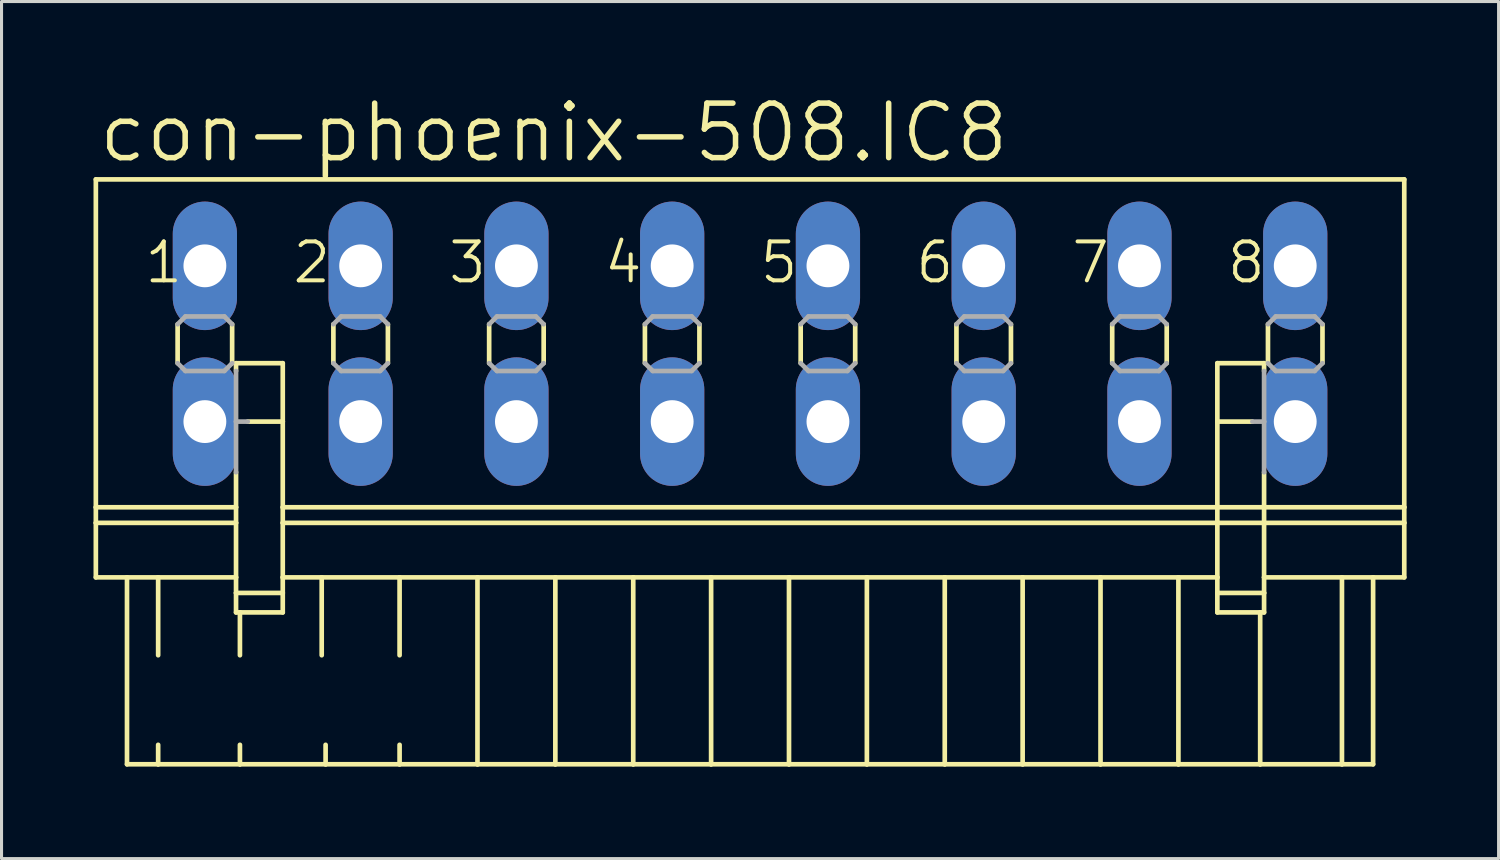
<source format=kicad_pcb>
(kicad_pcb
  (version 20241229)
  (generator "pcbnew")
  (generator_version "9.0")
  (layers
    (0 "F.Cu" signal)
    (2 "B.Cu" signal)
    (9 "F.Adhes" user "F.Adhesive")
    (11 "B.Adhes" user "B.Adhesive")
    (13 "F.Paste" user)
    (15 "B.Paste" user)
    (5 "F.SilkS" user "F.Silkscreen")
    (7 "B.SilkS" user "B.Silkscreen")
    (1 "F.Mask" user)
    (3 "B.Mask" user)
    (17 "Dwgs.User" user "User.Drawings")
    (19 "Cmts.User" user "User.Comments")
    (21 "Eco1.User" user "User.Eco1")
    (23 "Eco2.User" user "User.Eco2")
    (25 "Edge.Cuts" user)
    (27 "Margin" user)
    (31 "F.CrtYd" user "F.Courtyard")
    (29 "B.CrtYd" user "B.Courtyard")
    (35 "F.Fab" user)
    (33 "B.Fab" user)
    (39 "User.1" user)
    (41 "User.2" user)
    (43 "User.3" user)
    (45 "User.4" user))
  (footprint "con-phoenix-508.IC8"
    (layer "F.Cu")
    (at 21.412 8.16)
    (property "Reference" "con-phoenix-508.IC8" (at -21.336 -5.842 0) (layer "F.SilkS") (effects (font (size 1.778 1.778) (thickness 0.18)) (justify left bottom)))
    (attr through_hole)
    (fp_line (start -21.336 -5.359) (end -21.336 5.334) (stroke (width 0.152) (type default)) (layer "F.SilkS"))
    (fp_line (start -21.336 -5.359) (end 21.336 -5.359) (stroke (width 0.152) (type default)) (layer "F.SilkS"))
    (fp_line (start -21.336 5.334) (end -21.336 5.842) (stroke (width 0.152) (type default)) (layer "F.SilkS"))
    (fp_line (start -21.336 5.334) (end -16.764 5.334) (stroke (width 0.152) (type default)) (layer "F.SilkS"))
    (fp_line (start -21.336 5.842) (end -21.336 7.62) (stroke (width 0.152) (type default)) (layer "F.SilkS"))
    (fp_line (start -21.336 5.842) (end -16.764 5.842) (stroke (width 0.152) (type default)) (layer "F.SilkS"))
    (fp_line (start -21.336 7.62) (end -20.32 7.62) (stroke (width 0.152) (type default)) (layer "F.SilkS"))
    (fp_line (start -20.32 7.62) (end -20.32 13.716) (stroke (width 0.152) (type default)) (layer "F.SilkS"))
    (fp_line (start -20.32 7.62) (end -19.304 7.62) (stroke (width 0.152) (type default)) (layer "F.SilkS"))
    (fp_line (start -20.32 13.716) (end -19.304 13.716) (stroke (width 0.152) (type default)) (layer "F.SilkS"))
    (fp_line (start -19.304 7.62) (end -19.304 10.16) (stroke (width 0.152) (type default)) (layer "F.SilkS"))
    (fp_line (start -19.304 7.62) (end -16.764 7.62) (stroke (width 0.152) (type default)) (layer "F.SilkS"))
    (fp_line (start -19.304 13.081) (end -19.304 13.716) (stroke (width 0.152) (type default)) (layer "F.SilkS"))
    (fp_line (start -19.304 13.716) (end -16.637 13.716) (stroke (width 0.152) (type default)) (layer "F.SilkS"))
    (fp_line (start -18.669 -0.635) (end -18.669 0.635) (stroke (width 0.152) (type default)) (layer "F.SilkS"))
    (fp_line (start -16.891 -0.635) (end -16.891 0.635) (stroke (width 0.152) (type default)) (layer "F.SilkS"))
    (fp_line (start -16.764 0.635) (end -16.764 0.889) (stroke (width 0.152) (type default)) (layer "F.SilkS"))
    (fp_line (start -16.764 0.635) (end -15.24 0.635) (stroke (width 0.152) (type default)) (layer "F.SilkS"))
    (fp_line (start -16.764 4.191) (end -16.764 5.334) (stroke (width 0.152) (type default)) (layer "F.SilkS"))
    (fp_line (start -16.764 5.842) (end -16.764 5.334) (stroke (width 0.152) (type default)) (layer "F.SilkS"))
    (fp_line (start -16.764 7.62) (end -16.764 5.842) (stroke (width 0.152) (type default)) (layer "F.SilkS"))
    (fp_line (start -16.764 8.128) (end -16.764 7.62) (stroke (width 0.152) (type default)) (layer "F.SilkS"))
    (fp_line (start -16.764 8.128) (end -15.24 8.128) (stroke (width 0.152) (type default)) (layer "F.SilkS"))
    (fp_line (start -16.764 8.763) (end -16.764 8.128) (stroke (width 0.152) (type default)) (layer "F.SilkS"))
    (fp_line (start -16.637 8.763) (end -16.764 8.763) (stroke (width 0.152) (type default)) (layer "F.SilkS"))
    (fp_line (start -16.637 8.763) (end -16.637 10.16) (stroke (width 0.152) (type default)) (layer "F.SilkS"))
    (fp_line (start -16.637 13.081) (end -16.637 13.716) (stroke (width 0.152) (type default)) (layer "F.SilkS"))
    (fp_line (start -16.637 13.716) (end -13.843 13.716) (stroke (width 0.152) (type default)) (layer "F.SilkS"))
    (fp_line (start -15.24 0.635) (end -15.24 2.54) (stroke (width 0.152) (type default)) (layer "F.SilkS"))
    (fp_line (start -15.24 2.54) (end -16.383 2.54) (stroke (width 0.152) (type default)) (layer "F.SilkS"))
    (fp_line (start -15.24 2.54) (end -15.24 5.334) (stroke (width 0.152) (type default)) (layer "F.SilkS"))
    (fp_line (start -15.24 5.334) (end -15.24 5.842) (stroke (width 0.152) (type default)) (layer "F.SilkS"))
    (fp_line (start -15.24 5.334) (end 15.24 5.334) (stroke (width 0.152) (type default)) (layer "F.SilkS"))
    (fp_line (start -15.24 5.842) (end -15.24 7.62) (stroke (width 0.152) (type default)) (layer "F.SilkS"))
    (fp_line (start -15.24 5.842) (end 15.24 5.842) (stroke (width 0.152) (type default)) (layer "F.SilkS"))
    (fp_line (start -15.24 7.62) (end -15.24 8.128) (stroke (width 0.152) (type default)) (layer "F.SilkS"))
    (fp_line (start -15.24 7.62) (end -13.97 7.62) (stroke (width 0.152) (type default)) (layer "F.SilkS"))
    (fp_line (start -15.24 8.128) (end -15.24 8.763) (stroke (width 0.152) (type default)) (layer "F.SilkS"))
    (fp_line (start -15.24 8.763) (end -16.637 8.763) (stroke (width 0.152) (type default)) (layer "F.SilkS"))
    (fp_line (start -13.97 7.62) (end -13.97 10.16) (stroke (width 0.152) (type default)) (layer "F.SilkS"))
    (fp_line (start -13.97 7.62) (end -11.43 7.62) (stroke (width 0.152) (type default)) (layer "F.SilkS"))
    (fp_line (start -13.843 13.081) (end -13.843 13.716) (stroke (width 0.152) (type default)) (layer "F.SilkS"))
    (fp_line (start -13.843 13.716) (end -11.43 13.716) (stroke (width 0.152) (type default)) (layer "F.SilkS"))
    (fp_line (start -13.589 -0.635) (end -13.589 0.635) (stroke (width 0.152) (type default)) (layer "F.SilkS"))
    (fp_line (start -11.811 -0.635) (end -11.811 0.635) (stroke (width 0.152) (type default)) (layer "F.SilkS"))
    (fp_line (start -11.43 7.62) (end -11.43 10.16) (stroke (width 0.152) (type default)) (layer "F.SilkS"))
    (fp_line (start -11.43 7.62) (end -8.89 7.62) (stroke (width 0.152) (type default)) (layer "F.SilkS"))
    (fp_line (start -11.43 13.081) (end -11.43 13.716) (stroke (width 0.152) (type default)) (layer "F.SilkS"))
    (fp_line (start -11.43 13.716) (end -8.89 13.716) (stroke (width 0.152) (type default)) (layer "F.SilkS"))
    (fp_line (start -8.89 7.62) (end -8.89 13.716) (stroke (width 0.152) (type default)) (layer "F.SilkS"))
    (fp_line (start -8.89 7.62) (end -6.35 7.62) (stroke (width 0.152) (type default)) (layer "F.SilkS"))
    (fp_line (start -8.89 13.716) (end -6.35 13.716) (stroke (width 0.152) (type default)) (layer "F.SilkS"))
    (fp_line (start -8.509 -0.635) (end -8.509 0.635) (stroke (width 0.152) (type default)) (layer "F.SilkS"))
    (fp_line (start -6.731 -0.635) (end -6.731 0.635) (stroke (width 0.152) (type default)) (layer "F.SilkS"))
    (fp_line (start -6.35 7.62) (end -6.35 13.716) (stroke (width 0.152) (type default)) (layer "F.SilkS"))
    (fp_line (start -6.35 7.62) (end -3.81 7.62) (stroke (width 0.152) (type default)) (layer "F.SilkS"))
    (fp_line (start -6.35 13.716) (end -3.81 13.716) (stroke (width 0.152) (type default)) (layer "F.SilkS"))
    (fp_line (start -3.81 7.62) (end -3.81 13.716) (stroke (width 0.152) (type default)) (layer "F.SilkS"))
    (fp_line (start -3.81 7.62) (end -1.27 7.62) (stroke (width 0.152) (type default)) (layer "F.SilkS"))
    (fp_line (start -3.81 13.716) (end -1.27 13.716) (stroke (width 0.152) (type default)) (layer "F.SilkS"))
    (fp_line (start -3.429 -0.635) (end -3.429 0.635) (stroke (width 0.152) (type default)) (layer "F.SilkS"))
    (fp_line (start -1.651 -0.635) (end -1.651 0.635) (stroke (width 0.152) (type default)) (layer "F.SilkS"))
    (fp_line (start -1.27 7.62) (end -1.27 13.716) (stroke (width 0.152) (type default)) (layer "F.SilkS"))
    (fp_line (start -1.27 7.62) (end 1.27 7.62) (stroke (width 0.152) (type default)) (layer "F.SilkS"))
    (fp_line (start -1.27 13.716) (end 1.27 13.716) (stroke (width 0.152) (type default)) (layer "F.SilkS"))
    (fp_line (start 1.27 7.62) (end 1.27 13.716) (stroke (width 0.152) (type default)) (layer "F.SilkS"))
    (fp_line (start 1.27 7.62) (end 3.81 7.62) (stroke (width 0.152) (type default)) (layer "F.SilkS"))
    (fp_line (start 1.27 13.716) (end 3.81 13.716) (stroke (width 0.152) (type default)) (layer "F.SilkS"))
    (fp_line (start 1.651 -0.635) (end 1.651 0.635) (stroke (width 0.152) (type default)) (layer "F.SilkS"))
    (fp_line (start 3.429 -0.635) (end 3.429 0.635) (stroke (width 0.152) (type default)) (layer "F.SilkS"))
    (fp_line (start 3.81 7.62) (end 3.81 13.716) (stroke (width 0.152) (type default)) (layer "F.SilkS"))
    (fp_line (start 3.81 7.62) (end 6.35 7.62) (stroke (width 0.152) (type default)) (layer "F.SilkS"))
    (fp_line (start 3.81 13.716) (end 6.35 13.716) (stroke (width 0.152) (type default)) (layer "F.SilkS"))
    (fp_line (start 6.35 7.62) (end 6.35 13.716) (stroke (width 0.152) (type default)) (layer "F.SilkS"))
    (fp_line (start 6.35 7.62) (end 8.89 7.62) (stroke (width 0.152) (type default)) (layer "F.SilkS"))
    (fp_line (start 6.35 13.716) (end 8.89 13.716) (stroke (width 0.152) (type default)) (layer "F.SilkS"))
    (fp_line (start 6.731 -0.635) (end 6.731 0.635) (stroke (width 0.152) (type default)) (layer "F.SilkS"))
    (fp_line (start 8.509 -0.635) (end 8.509 0.635) (stroke (width 0.152) (type default)) (layer "F.SilkS"))
    (fp_line (start 8.89 7.62) (end 8.89 13.716) (stroke (width 0.152) (type default)) (layer "F.SilkS"))
    (fp_line (start 8.89 7.62) (end 11.43 7.62) (stroke (width 0.152) (type default)) (layer "F.SilkS"))
    (fp_line (start 8.89 13.716) (end 11.43 13.716) (stroke (width 0.152) (type default)) (layer "F.SilkS"))
    (fp_line (start 11.43 7.62) (end 11.43 13.716) (stroke (width 0.152) (type default)) (layer "F.SilkS"))
    (fp_line (start 11.43 7.62) (end 13.97 7.62) (stroke (width 0.152) (type default)) (layer "F.SilkS"))
    (fp_line (start 11.43 13.716) (end 13.97 13.716) (stroke (width 0.152) (type default)) (layer "F.SilkS"))
    (fp_line (start 11.811 -0.635) (end 11.811 0.635) (stroke (width 0.152) (type default)) (layer "F.SilkS"))
    (fp_line (start 13.589 -0.635) (end 13.589 0.635) (stroke (width 0.152) (type default)) (layer "F.SilkS"))
    (fp_line (start 13.97 7.62) (end 13.97 13.716) (stroke (width 0.152) (type default)) (layer "F.SilkS"))
    (fp_line (start 13.97 7.62) (end 15.24 7.62) (stroke (width 0.152) (type default)) (layer "F.SilkS"))
    (fp_line (start 13.97 13.716) (end 16.637 13.716) (stroke (width 0.152) (type default)) (layer "F.SilkS"))
    (fp_line (start 15.24 0.635) (end 15.24 2.54) (stroke (width 0.152) (type default)) (layer "F.SilkS"))
    (fp_line (start 15.24 2.54) (end 15.24 5.334) (stroke (width 0.152) (type default)) (layer "F.SilkS"))
    (fp_line (start 15.24 2.54) (end 16.383 2.54) (stroke (width 0.152) (type default)) (layer "F.SilkS"))
    (fp_line (start 15.24 5.334) (end 15.24 5.842) (stroke (width 0.152) (type default)) (layer "F.SilkS"))
    (fp_line (start 15.24 5.334) (end 16.764 5.334) (stroke (width 0.152) (type default)) (layer "F.SilkS"))
    (fp_line (start 15.24 5.842) (end 15.24 7.62) (stroke (width 0.152) (type default)) (layer "F.SilkS"))
    (fp_line (start 15.24 5.842) (end 16.764 5.842) (stroke (width 0.152) (type default)) (layer "F.SilkS"))
    (fp_line (start 15.24 7.62) (end 15.24 8.128) (stroke (width 0.152) (type default)) (layer "F.SilkS"))
    (fp_line (start 15.24 8.128) (end 15.24 8.763) (stroke (width 0.152) (type default)) (layer "F.SilkS"))
    (fp_line (start 15.24 8.128) (end 16.764 8.128) (stroke (width 0.152) (type default)) (layer "F.SilkS"))
    (fp_line (start 16.637 8.763) (end 15.24 8.763) (stroke (width 0.152) (type default)) (layer "F.SilkS"))
    (fp_line (start 16.637 8.763) (end 16.637 13.716) (stroke (width 0.152) (type default)) (layer "F.SilkS"))
    (fp_line (start 16.637 13.716) (end 19.304 13.716) (stroke (width 0.152) (type default)) (layer "F.SilkS"))
    (fp_line (start 16.764 0.635) (end 15.24 0.635) (stroke (width 0.152) (type default)) (layer "F.SilkS"))
    (fp_line (start 16.764 0.889) (end 16.764 0.635) (stroke (width 0.152) (type default)) (layer "F.SilkS"))
    (fp_line (start 16.764 4.191) (end 16.764 5.334) (stroke (width 0.152) (type default)) (layer "F.SilkS"))
    (fp_line (start 16.764 5.334) (end 21.336 5.334) (stroke (width 0.152) (type default)) (layer "F.SilkS"))
    (fp_line (start 16.764 5.842) (end 16.764 5.334) (stroke (width 0.152) (type default)) (layer "F.SilkS"))
    (fp_line (start 16.764 5.842) (end 21.336 5.842) (stroke (width 0.152) (type default)) (layer "F.SilkS"))
    (fp_line (start 16.764 7.62) (end 16.764 5.842) (stroke (width 0.152) (type default)) (layer "F.SilkS"))
    (fp_line (start 16.764 7.62) (end 19.304 7.62) (stroke (width 0.152) (type default)) (layer "F.SilkS"))
    (fp_line (start 16.764 8.128) (end 16.764 7.62) (stroke (width 0.152) (type default)) (layer "F.SilkS"))
    (fp_line (start 16.764 8.763) (end 16.637 8.763) (stroke (width 0.152) (type default)) (layer "F.SilkS"))
    (fp_line (start 16.764 8.763) (end 16.764 8.128) (stroke (width 0.152) (type default)) (layer "F.SilkS"))
    (fp_line (start 16.891 -0.635) (end 16.891 0.635) (stroke (width 0.152) (type default)) (layer "F.SilkS"))
    (fp_line (start 18.669 -0.635) (end 18.669 0.635) (stroke (width 0.152) (type default)) (layer "F.SilkS"))
    (fp_line (start 19.304 7.62) (end 19.304 13.716) (stroke (width 0.152) (type default)) (layer "F.SilkS"))
    (fp_line (start 19.304 7.62) (end 20.32 7.62) (stroke (width 0.152) (type default)) (layer "F.SilkS"))
    (fp_line (start 19.304 13.716) (end 20.32 13.716) (stroke (width 0.152) (type default)) (layer "F.SilkS"))
    (fp_line (start 20.32 7.62) (end 20.32 13.716) (stroke (width 0.152) (type default)) (layer "F.SilkS"))
    (fp_line (start 20.32 7.62) (end 21.336 7.62) (stroke (width 0.152) (type default)) (layer "F.SilkS"))
    (fp_line (start 21.336 -5.359) (end 21.336 5.334) (stroke (width 0.152) (type default)) (layer "F.SilkS"))
    (fp_line (start 21.336 5.334) (end 21.336 5.842) (stroke (width 0.152) (type default)) (layer "F.SilkS"))
    (fp_line (start 21.336 5.842) (end 21.336 7.62) (stroke (width 0.152) (type default)) (layer "F.SilkS"))
    (fp_line (start -18.669 -0.635) (end -18.415 -0.889) (stroke (width 0.152) (type default)) (layer "F.Fab"))
    (fp_line (start -18.415 -0.889) (end -17.145 -0.889) (stroke (width 0.152) (type default)) (layer "F.Fab"))
    (fp_line (start -18.415 0.889) (end -18.669 0.635) (stroke (width 0.152) (type default)) (layer "F.Fab"))
    (fp_line (start -17.145 -0.889) (end -16.891 -0.635) (stroke (width 0.152) (type default)) (layer "F.Fab"))
    (fp_line (start -17.145 0.889) (end -18.415 0.889) (stroke (width 0.152) (type default)) (layer "F.Fab"))
    (fp_line (start -16.891 0.635) (end -17.145 0.889) (stroke (width 0.152) (type default)) (layer "F.Fab"))
    (fp_line (start -16.764 2.54) (end -16.764 0.889) (stroke (width 0.152) (type default)) (layer "F.Fab"))
    (fp_line (start -16.764 2.54) (end -16.383 2.54) (stroke (width 0.152) (type default)) (layer "F.Fab"))
    (fp_line (start -16.764 4.191) (end -16.764 2.54) (stroke (width 0.152) (type default)) (layer "F.Fab"))
    (fp_line (start -13.589 -0.635) (end -13.335 -0.889) (stroke (width 0.152) (type default)) (layer "F.Fab"))
    (fp_line (start -13.335 -0.889) (end -12.065 -0.889) (stroke (width 0.152) (type default)) (layer "F.Fab"))
    (fp_line (start -13.335 0.889) (end -13.589 0.635) (stroke (width 0.152) (type default)) (layer "F.Fab"))
    (fp_line (start -12.065 -0.889) (end -11.811 -0.635) (stroke (width 0.152) (type default)) (layer "F.Fab"))
    (fp_line (start -12.065 0.889) (end -13.335 0.889) (stroke (width 0.152) (type default)) (layer "F.Fab"))
    (fp_line (start -11.811 0.635) (end -12.065 0.889) (stroke (width 0.152) (type default)) (layer "F.Fab"))
    (fp_line (start -8.509 -0.635) (end -8.255 -0.889) (stroke (width 0.152) (type default)) (layer "F.Fab"))
    (fp_line (start -8.255 -0.889) (end -6.985 -0.889) (stroke (width 0.152) (type default)) (layer "F.Fab"))
    (fp_line (start -8.255 0.889) (end -8.509 0.635) (stroke (width 0.152) (type default)) (layer "F.Fab"))
    (fp_line (start -6.985 -0.889) (end -6.731 -0.635) (stroke (width 0.152) (type default)) (layer "F.Fab"))
    (fp_line (start -6.985 0.889) (end -8.255 0.889) (stroke (width 0.152) (type default)) (layer "F.Fab"))
    (fp_line (start -6.731 0.635) (end -6.985 0.889) (stroke (width 0.152) (type default)) (layer "F.Fab"))
    (fp_line (start -3.429 -0.635) (end -3.175 -0.889) (stroke (width 0.152) (type default)) (layer "F.Fab"))
    (fp_line (start -3.175 -0.889) (end -1.905 -0.889) (stroke (width 0.152) (type default)) (layer "F.Fab"))
    (fp_line (start -3.175 0.889) (end -3.429 0.635) (stroke (width 0.152) (type default)) (layer "F.Fab"))
    (fp_line (start -1.905 -0.889) (end -1.651 -0.635) (stroke (width 0.152) (type default)) (layer "F.Fab"))
    (fp_line (start -1.905 0.889) (end -3.175 0.889) (stroke (width 0.152) (type default)) (layer "F.Fab"))
    (fp_line (start -1.651 0.635) (end -1.905 0.889) (stroke (width 0.152) (type default)) (layer "F.Fab"))
    (fp_line (start 1.651 -0.635) (end 1.905 -0.889) (stroke (width 0.152) (type default)) (layer "F.Fab"))
    (fp_line (start 1.905 -0.889) (end 3.175 -0.889) (stroke (width 0.152) (type default)) (layer "F.Fab"))
    (fp_line (start 1.905 0.889) (end 1.651 0.635) (stroke (width 0.152) (type default)) (layer "F.Fab"))
    (fp_line (start 3.175 -0.889) (end 3.429 -0.635) (stroke (width 0.152) (type default)) (layer "F.Fab"))
    (fp_line (start 3.175 0.889) (end 1.905 0.889) (stroke (width 0.152) (type default)) (layer "F.Fab"))
    (fp_line (start 3.429 0.635) (end 3.175 0.889) (stroke (width 0.152) (type default)) (layer "F.Fab"))
    (fp_line (start 6.731 -0.635) (end 6.985 -0.889) (stroke (width 0.152) (type default)) (layer "F.Fab"))
    (fp_line (start 6.985 -0.889) (end 8.255 -0.889) (stroke (width 0.152) (type default)) (layer "F.Fab"))
    (fp_line (start 6.985 0.889) (end 6.731 0.635) (stroke (width 0.152) (type default)) (layer "F.Fab"))
    (fp_line (start 8.255 -0.889) (end 8.509 -0.635) (stroke (width 0.152) (type default)) (layer "F.Fab"))
    (fp_line (start 8.255 0.889) (end 6.985 0.889) (stroke (width 0.152) (type default)) (layer "F.Fab"))
    (fp_line (start 8.509 0.635) (end 8.255 0.889) (stroke (width 0.152) (type default)) (layer "F.Fab"))
    (fp_line (start 11.811 -0.635) (end 12.065 -0.889) (stroke (width 0.152) (type default)) (layer "F.Fab"))
    (fp_line (start 12.065 -0.889) (end 13.335 -0.889) (stroke (width 0.152) (type default)) (layer "F.Fab"))
    (fp_line (start 12.065 0.889) (end 11.811 0.635) (stroke (width 0.152) (type default)) (layer "F.Fab"))
    (fp_line (start 13.335 -0.889) (end 13.589 -0.635) (stroke (width 0.152) (type default)) (layer "F.Fab"))
    (fp_line (start 13.335 0.889) (end 12.065 0.889) (stroke (width 0.152) (type default)) (layer "F.Fab"))
    (fp_line (start 13.589 0.635) (end 13.335 0.889) (stroke (width 0.152) (type default)) (layer "F.Fab"))
    (fp_line (start 16.383 2.54) (end 16.764 2.54) (stroke (width 0.152) (type default)) (layer "F.Fab"))
    (fp_line (start 16.764 2.54) (end 16.764 0.889) (stroke (width 0.152) (type default)) (layer "F.Fab"))
    (fp_line (start 16.764 4.191) (end 16.764 2.54) (stroke (width 0.152) (type default)) (layer "F.Fab"))
    (fp_line (start 16.891 -0.635) (end 17.145 -0.889) (stroke (width 0.152) (type default)) (layer "F.Fab"))
    (fp_line (start 17.145 -0.889) (end 18.415 -0.889) (stroke (width 0.152) (type default)) (layer "F.Fab"))
    (fp_line (start 17.145 0.889) (end 16.891 0.635) (stroke (width 0.152) (type default)) (layer "F.Fab"))
    (fp_line (start 18.415 -0.889) (end 18.669 -0.635) (stroke (width 0.152) (type default)) (layer "F.Fab"))
    (fp_line (start 18.415 0.889) (end 17.145 0.889) (stroke (width 0.152) (type default)) (layer "F.Fab"))
    (fp_line (start 18.669 0.635) (end 18.415 0.889) (stroke (width 0.152) (type default)) (layer "F.Fab"))
    (fp_text user "3" (at -9.906 -1.905 0) (layer "F.SilkS") (effects (font (size 1.27 1.27) (thickness 0.13)) (justify left bottom)))
    (fp_text user "6" (at 5.334 -1.905 0) (layer "F.SilkS") (effects (font (size 1.27 1.27) (thickness 0.13)) (justify left bottom)))
    (fp_text user "2" (at -14.986 -1.905 0) (layer "F.SilkS") (effects (font (size 1.27 1.27) (thickness 0.13)) (justify left bottom)))
    (fp_text user "7" (at 10.414 -1.905 0) (layer "F.SilkS") (effects (font (size 1.27 1.27) (thickness 0.13)) (justify left bottom)))
    (fp_text user "5" (at 0.254 -1.905 0) (layer "F.SilkS") (effects (font (size 1.27 1.27) (thickness 0.13)) (justify left bottom)))
    (fp_text user "1" (at -19.812 -1.905 0) (layer "F.SilkS") (effects (font (size 1.27 1.27) (thickness 0.13)) (justify left bottom)))
    (fp_text user "8" (at 15.494 -1.905 0) (layer "F.SilkS") (effects (font (size 1.27 1.27) (thickness 0.13)) (justify left bottom)))
    (fp_text user "4" (at -4.826 -1.905 0) (layer "F.SilkS") (effects (font (size 1.27 1.27) (thickness 0.13)) (justify left bottom)))
    (pad "1" thru_hole oval (at -17.78 -2.54 90) (size 4.191 2.095) (drill 1.397) (layers "*.Cu" "*.Mask"))
    (pad "1A" thru_hole oval (at -17.78 2.54 90) (size 4.191 2.095) (drill 1.397) (layers "*.Cu" "*.Mask"))
    (pad "2" thru_hole oval (at -12.7 -2.54 90) (size 4.191 2.095) (drill 1.397) (layers "*.Cu" "*.Mask"))
    (pad "2A" thru_hole oval (at -12.7 2.54 90) (size 4.191 2.095) (drill 1.397) (layers "*.Cu" "*.Mask"))
    (pad "3" thru_hole oval (at -7.62 -2.54 90) (size 4.191 2.095) (drill 1.397) (layers "*.Cu" "*.Mask"))
    (pad "3A" thru_hole oval (at -7.62 2.54 90) (size 4.191 2.095) (drill 1.397) (layers "*.Cu" "*.Mask"))
    (pad "4" thru_hole oval (at -2.54 -2.54 90) (size 4.191 2.095) (drill 1.397) (layers "*.Cu" "*.Mask"))
    (pad "4A" thru_hole oval (at -2.54 2.54 90) (size 4.191 2.095) (drill 1.397) (layers "*.Cu" "*.Mask"))
    (pad "5" thru_hole oval (at 2.54 -2.54 90) (size 4.191 2.095) (drill 1.397) (layers "*.Cu" "*.Mask"))
    (pad "5A" thru_hole oval (at 2.54 2.54 90) (size 4.191 2.095) (drill 1.397) (layers "*.Cu" "*.Mask"))
    (pad "6" thru_hole oval (at 7.62 -2.54 90) (size 4.191 2.095) (drill 1.397) (layers "*.Cu" "*.Mask"))
    (pad "6A" thru_hole oval (at 7.62 2.54 90) (size 4.191 2.095) (drill 1.397) (layers "*.Cu" "*.Mask"))
    (pad "7" thru_hole oval (at 12.7 -2.54 90) (size 4.191 2.095) (drill 1.397) (layers "*.Cu" "*.Mask"))
    (pad "7A" thru_hole oval (at 12.7 2.54 90) (size 4.191 2.095) (drill 1.397) (layers "*.Cu" "*.Mask"))
    (pad "8" thru_hole oval (at 17.78 -2.54 90) (size 4.191 2.095) (drill 1.397) (layers "*.Cu" "*.Mask"))
    (pad "8A" thru_hole oval (at 17.78 2.54 90) (size 4.191 2.095) (drill 1.397) (layers "*.Cu" "*.Mask")))
  (gr_rect
    (start -3 -3)
    (end 45.824 24.952)
    (stroke (width 0.1) (type default))
    (fill no)
    (layer "Edge.Cuts")))
</source>
